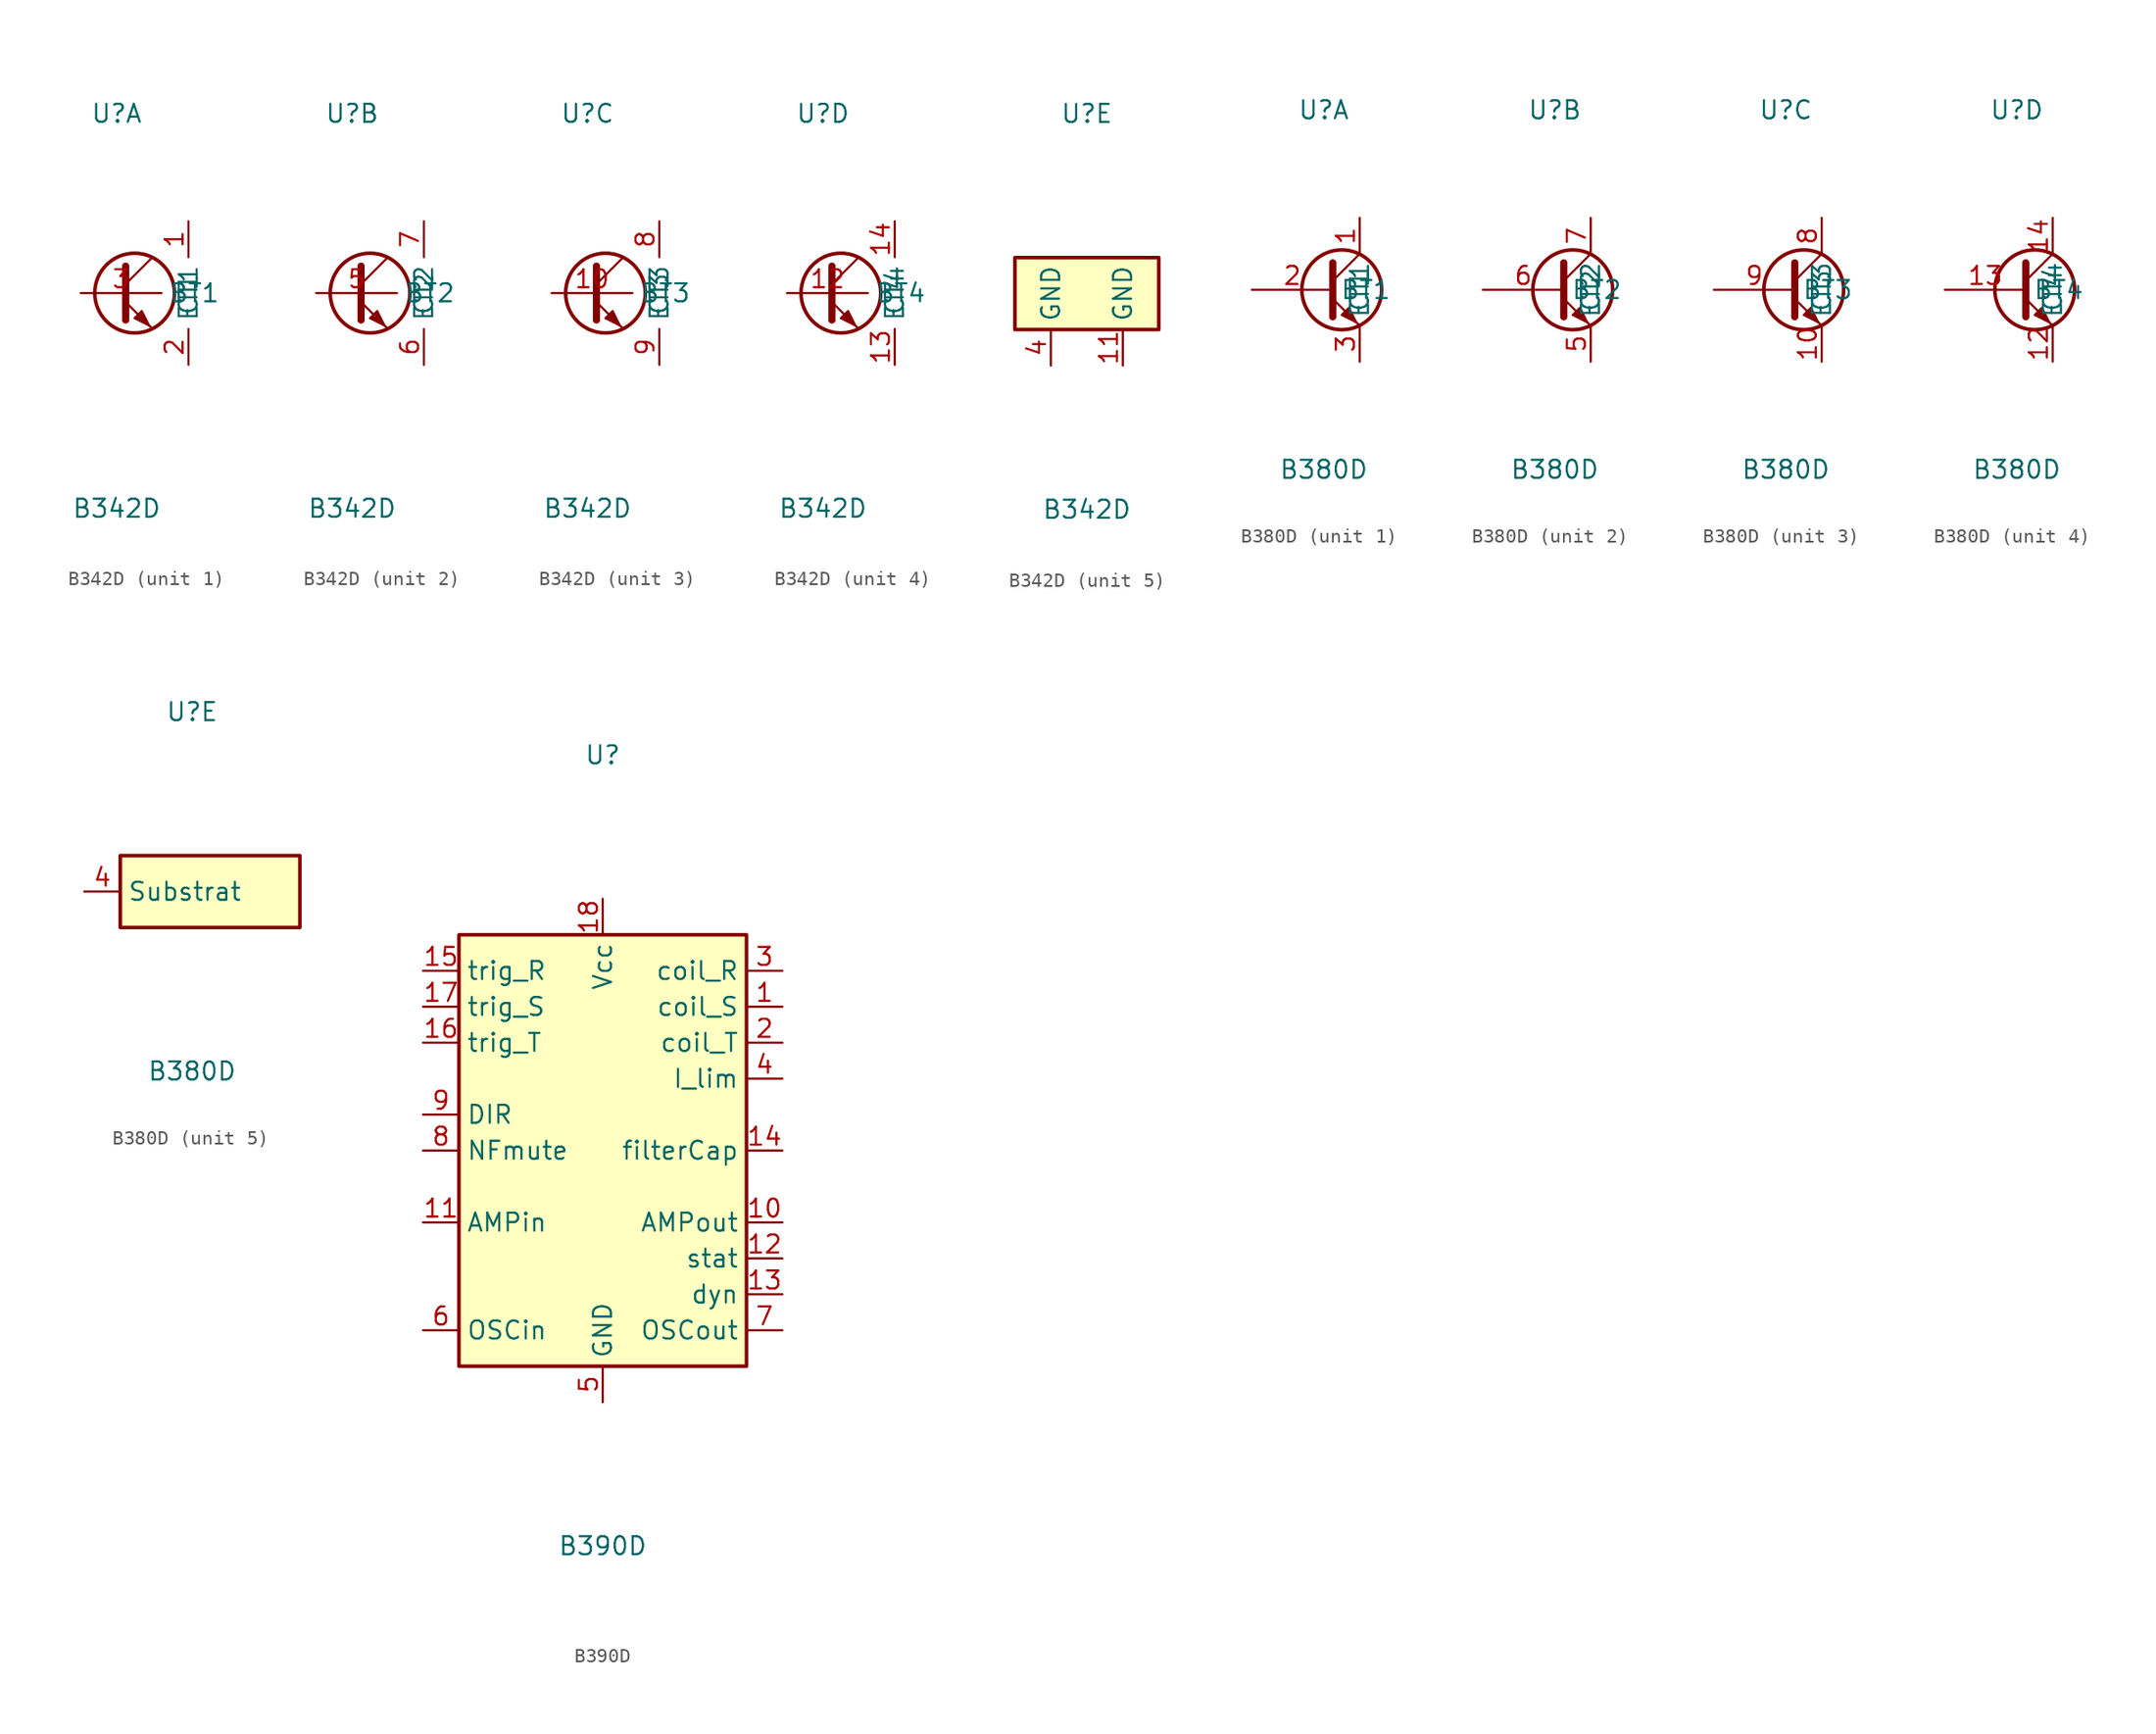
<source format=kicad_sym>
(kicad_symbol_lib
  (version 20241209)
  (generator "kicad_symbol_editor")
  (generator_version "9.0")
  (symbol "B342D"
    (property "Reference" "U"
      (at 0 12.7 0)
      (effects (font (size 1.27 1.27))))
    (property "Value" "B342D"
      (at 0 -15.24 0)
      (effects (font (size 1.27 1.27))))
    (symbol "B342D_1_1"
      (polyline (pts (xy 0.635 1.905) (xy 0.635 -1.905) (xy 0.635 -1.905)) (stroke (width 0.508) (type default)) (fill (type none)))
      (polyline (pts (xy 0.635 0.635) (xy 2.54 2.54)) (stroke (width 0) (type default)) (fill (type none)))
      (polyline (pts (xy 0.635 -0.635) (xy 2.54 -2.54) (xy 2.54 -2.54)) (stroke (width 0) (type default)) (fill (type none)))
      (circle (center 1.27 0) (radius 2.819) (stroke (width 0.254) (type default)) (fill (type none)))
      (polyline (pts (xy 1.27 -1.778) (xy 1.778 -1.27) (xy 2.286 -2.286) (xy 1.27 -1.778) (xy 1.27 -1.778)) (stroke (width 0) (type default)) (fill (type outline)))
      (pin input line (at -2.54 0 0) (length 5.715) (name "BT1" (effects (font (size 1.27 1.27)))) (number "3" (effects (font (size 1.27 1.27)))))
      (pin passive line (at 5.08 5.08 270) (length 2.54) (name "CT1" (effects (font (size 1.27 1.27)))) (number "1" (effects (font (size 1.27 1.27)))))
      (pin passive line (at 5.08 -5.08 90) (length 2.54) (name "ET1" (effects (font (size 1.27 1.27)))) (number "2" (effects (font (size 1.27 1.27))))))
    (symbol "B342D_2_1"
      (polyline (pts (xy 0.635 1.905) (xy 0.635 -1.905) (xy 0.635 -1.905)) (stroke (width 0.508) (type default)) (fill (type none)))
      (polyline (pts (xy 0.635 0.635) (xy 2.54 2.54)) (stroke (width 0) (type default)) (fill (type none)))
      (polyline (pts (xy 0.635 -0.635) (xy 2.54 -2.54) (xy 2.54 -2.54)) (stroke (width 0) (type default)) (fill (type none)))
      (circle (center 1.27 0) (radius 2.819) (stroke (width 0.254) (type default)) (fill (type none)))
      (polyline (pts (xy 1.27 -1.778) (xy 1.778 -1.27) (xy 2.286 -2.286) (xy 1.27 -1.778) (xy 1.27 -1.778)) (stroke (width 0) (type default)) (fill (type outline)))
      (pin input line (at -2.54 0 0) (length 5.715) (name "BT2" (effects (font (size 1.27 1.27)))) (number "5" (effects (font (size 1.27 1.27)))))
      (pin passive line (at 5.08 5.08 270) (length 2.54) (name "CT2" (effects (font (size 1.27 1.27)))) (number "7" (effects (font (size 1.27 1.27)))))
      (pin passive line (at 5.08 -5.08 90) (length 2.54) (name "ET2" (effects (font (size 1.27 1.27)))) (number "6" (effects (font (size 1.27 1.27))))))
    (symbol "B342D_3_1"
      (polyline (pts (xy 0.635 1.905) (xy 0.635 -1.905) (xy 0.635 -1.905)) (stroke (width 0.508) (type default)) (fill (type none)))
      (polyline (pts (xy 0.635 0.635) (xy 2.54 2.54)) (stroke (width 0) (type default)) (fill (type none)))
      (polyline (pts (xy 0.635 -0.635) (xy 2.54 -2.54) (xy 2.54 -2.54)) (stroke (width 0) (type default)) (fill (type none)))
      (circle (center 1.27 0) (radius 2.819) (stroke (width 0.254) (type default)) (fill (type none)))
      (polyline (pts (xy 1.27 -1.778) (xy 1.778 -1.27) (xy 2.286 -2.286) (xy 1.27 -1.778) (xy 1.27 -1.778)) (stroke (width 0) (type default)) (fill (type outline)))
      (pin input line (at -2.54 0 0) (length 5.715) (name "BT3" (effects (font (size 1.27 1.27)))) (number "10" (effects (font (size 1.27 1.27)))))
      (pin passive line (at 5.08 5.08 270) (length 2.54) (name "CT3" (effects (font (size 1.27 1.27)))) (number "8" (effects (font (size 1.27 1.27)))))
      (pin passive line (at 5.08 -5.08 90) (length 2.54) (name "ET3" (effects (font (size 1.27 1.27)))) (number "9" (effects (font (size 1.27 1.27))))))
    (symbol "B342D_4_1"
      (polyline (pts (xy 0.635 1.905) (xy 0.635 -1.905) (xy 0.635 -1.905)) (stroke (width 0.508) (type default)) (fill (type none)))
      (polyline (pts (xy 0.635 0.635) (xy 2.54 2.54)) (stroke (width 0) (type default)) (fill (type none)))
      (polyline (pts (xy 0.635 -0.635) (xy 2.54 -2.54) (xy 2.54 -2.54)) (stroke (width 0) (type default)) (fill (type none)))
      (circle (center 1.27 0) (radius 2.819) (stroke (width 0.254) (type default)) (fill (type none)))
      (polyline (pts (xy 1.27 -1.778) (xy 1.778 -1.27) (xy 2.286 -2.286) (xy 1.27 -1.778) (xy 1.27 -1.778)) (stroke (width 0) (type default)) (fill (type outline)))
      (pin input line (at -2.54 0 0) (length 5.715) (name "BT4" (effects (font (size 1.27 1.27)))) (number "12" (effects (font (size 1.27 1.27)))))
      (pin passive line (at 5.08 5.08 270) (length 2.54) (name "CT4" (effects (font (size 1.27 1.27)))) (number "14" (effects (font (size 1.27 1.27)))))
      (pin passive line (at 5.08 -5.08 90) (length 2.54) (name "ET4" (effects (font (size 1.27 1.27)))) (number "13" (effects (font (size 1.27 1.27))))))
    (symbol "B342D_5_1"
      (rectangle (start -5.08 2.54) (end 5.08 -2.54) (stroke (width 0.254) (type default)) (fill (type background)))
      (pin power_in line (at -2.54 -5.08 90) (length 2.54) (name "GND" (effects (font (size 1.27 1.27)))) (number "4" (effects (font (size 1.27 1.27)))))
      (pin power_in line (at 2.54 -5.08 90) (length 2.54) (name "GND" (effects (font (size 1.27 1.27)))) (number "11" (effects (font (size 1.27 1.27)))))))
  (symbol "B380D"
    (property "Reference" "U"
      (at 0 12.7 0)
      (effects (font (size 1.27 1.27))))
    (property "Value" "B380D"
      (at 0 -12.7 0)
      (effects (font (size 1.27 1.27))))
    (symbol "B380D_1_1"
      (polyline (pts (xy 0.635 1.905) (xy 0.635 -1.905) (xy 0.635 -1.905)) (stroke (width 0.508) (type default)) (fill (type none)))
      (polyline (pts (xy 0.635 0.635) (xy 2.54 2.54)) (stroke (width 0) (type default)) (fill (type none)))
      (polyline (pts (xy 0.635 -0.635) (xy 2.54 -2.54) (xy 2.54 -2.54)) (stroke (width 0) (type default)) (fill (type none)))
      (circle (center 1.27 0) (radius 2.819) (stroke (width 0.254) (type default)) (fill (type none)))
      (polyline (pts (xy 1.27 -1.778) (xy 1.778 -1.27) (xy 2.286 -2.286) (xy 1.27 -1.778) (xy 1.27 -1.778)) (stroke (width 0) (type default)) (fill (type outline)))
      (pin input line (at -5.08 0 0) (length 5.715) (name "BT1" (effects (font (size 1.27 1.27)))) (number "2" (effects (font (size 1.27 1.27)))))
      (pin passive line (at 2.54 5.08 270) (length 2.54) (name "CT1" (effects (font (size 1.27 1.27)))) (number "1" (effects (font (size 1.27 1.27)))))
      (pin passive line (at 2.54 -5.08 90) (length 2.54) (name "ET1" (effects (font (size 1.27 1.27)))) (number "3" (effects (font (size 1.27 1.27))))))
    (symbol "B380D_2_1"
      (polyline (pts (xy 0.635 1.905) (xy 0.635 -1.905) (xy 0.635 -1.905)) (stroke (width 0.508) (type default)) (fill (type none)))
      (polyline (pts (xy 0.635 0.635) (xy 2.54 2.54)) (stroke (width 0) (type default)) (fill (type none)))
      (polyline (pts (xy 0.635 -0.635) (xy 2.54 -2.54) (xy 2.54 -2.54)) (stroke (width 0) (type default)) (fill (type none)))
      (circle (center 1.27 0) (radius 2.819) (stroke (width 0.254) (type default)) (fill (type none)))
      (polyline (pts (xy 1.27 -1.778) (xy 1.778 -1.27) (xy 2.286 -2.286) (xy 1.27 -1.778) (xy 1.27 -1.778)) (stroke (width 0) (type default)) (fill (type outline)))
      (pin input line (at -5.08 0 0) (length 5.715) (name "BT2" (effects (font (size 1.27 1.27)))) (number "6" (effects (font (size 1.27 1.27)))))
      (pin passive line (at 2.54 5.08 270) (length 2.54) (name "CT2" (effects (font (size 1.27 1.27)))) (number "7" (effects (font (size 1.27 1.27)))))
      (pin passive line (at 2.54 -5.08 90) (length 2.54) (name "ET2" (effects (font (size 1.27 1.27)))) (number "5" (effects (font (size 1.27 1.27))))))
    (symbol "B380D_3_1"
      (polyline (pts (xy 0.635 1.905) (xy 0.635 -1.905) (xy 0.635 -1.905)) (stroke (width 0.508) (type default)) (fill (type none)))
      (polyline (pts (xy 0.635 0.635) (xy 2.54 2.54)) (stroke (width 0) (type default)) (fill (type none)))
      (polyline (pts (xy 0.635 -0.635) (xy 2.54 -2.54) (xy 2.54 -2.54)) (stroke (width 0) (type default)) (fill (type none)))
      (circle (center 1.27 0) (radius 2.819) (stroke (width 0.254) (type default)) (fill (type none)))
      (polyline (pts (xy 1.27 -1.778) (xy 1.778 -1.27) (xy 2.286 -2.286) (xy 1.27 -1.778) (xy 1.27 -1.778)) (stroke (width 0) (type default)) (fill (type outline)))
      (pin input line (at -5.08 0 0) (length 5.715) (name "BT3" (effects (font (size 1.27 1.27)))) (number "9" (effects (font (size 1.27 1.27)))))
      (pin passive line (at 2.54 5.08 270) (length 2.54) (name "CT3" (effects (font (size 1.27 1.27)))) (number "8" (effects (font (size 1.27 1.27)))))
      (pin passive line (at 2.54 -5.08 90) (length 2.54) (name "ET3" (effects (font (size 1.27 1.27)))) (number "10" (effects (font (size 1.27 1.27))))))
    (symbol "B380D_4_1"
      (polyline (pts (xy 0.635 1.905) (xy 0.635 -1.905) (xy 0.635 -1.905)) (stroke (width 0.508) (type default)) (fill (type none)))
      (polyline (pts (xy 0.635 0.635) (xy 2.54 2.54)) (stroke (width 0) (type default)) (fill (type none)))
      (polyline (pts (xy 0.635 -0.635) (xy 2.54 -2.54) (xy 2.54 -2.54)) (stroke (width 0) (type default)) (fill (type none)))
      (circle (center 1.27 0) (radius 2.819) (stroke (width 0.254) (type default)) (fill (type none)))
      (polyline (pts (xy 1.27 -1.778) (xy 1.778 -1.27) (xy 2.286 -2.286) (xy 1.27 -1.778) (xy 1.27 -1.778)) (stroke (width 0) (type default)) (fill (type outline)))
      (pin input line (at -5.08 0 0) (length 5.715) (name "BT4" (effects (font (size 1.27 1.27)))) (number "13" (effects (font (size 1.27 1.27)))))
      (pin passive line (at 2.54 5.08 270) (length 2.54) (name "CT4" (effects (font (size 1.27 1.27)))) (number "14" (effects (font (size 1.27 1.27)))))
      (pin passive line (at 2.54 -5.08 90) (length 2.54) (name "ET4" (effects (font (size 1.27 1.27)))) (number "12" (effects (font (size 1.27 1.27))))))
    (symbol "B380D_5_1"
      (rectangle (start -5.08 2.54) (end 7.62 -2.54) (stroke (width 0.254) (type default)) (fill (type background)))
      (pin passive line (at -7.62 0 0) (length 2.54) (name "Substrat" (effects (font (size 1.27 1.27)))) (number "4" (effects (font (size 1.27 1.27)))))
      (pin no_connect line (at 7.62 0 180) (length 2.54) (hide yes) (name "~" (effects (font (size 1.27 1.27)))) (number "11" (effects (font (size 1.27 1.27)))))))
  (symbol "B390D"
    (property "Reference" "U"
      (at 0 27.94 0)
      (effects (font (size 1.27 1.27))))
    (property "Value" "B390D"
      (at 0 -27.94 0)
      (effects (font (size 1.27 1.27))))
    (symbol "B390D_1_1"
      (rectangle (start -10.16 15.24) (end 10.16 -15.24) (stroke (width 0.254) (type default)) (fill (type background)))
      (pin input line (at -12.7 12.7 0) (length 2.54) (name "trig_R" (effects (font (size 1.27 1.27)))) (number "15" (effects (font (size 1.27 1.27)))))
      (pin input line (at -12.7 10.16 0) (length 2.54) (name "trig_S" (effects (font (size 1.27 1.27)))) (number "17" (effects (font (size 1.27 1.27)))))
      (pin input line (at -12.7 7.62 0) (length 2.54) (name "trig_T" (effects (font (size 1.27 1.27)))) (number "16" (effects (font (size 1.27 1.27)))))
      (pin input line (at -12.7 2.54 0) (length 2.54) (name "DIR" (effects (font (size 1.27 1.27)))) (number "9" (effects (font (size 1.27 1.27)))))
      (pin bidirectional line (at -12.7 0 0) (length 2.54) (name "NFmute" (effects (font (size 1.27 1.27)))) (number "8" (effects (font (size 1.27 1.27)))))
      (pin input line (at -12.7 -5.08 0) (length 2.54) (name "AMPin" (effects (font (size 1.27 1.27)))) (number "11" (effects (font (size 1.27 1.27)))))
      (pin input line (at -12.7 -12.7 0) (length 2.54) (name "OSCin" (effects (font (size 1.27 1.27)))) (number "6" (effects (font (size 1.27 1.27)))))
      (pin power_in line (at 0 17.78 270) (length 2.54) (name "Vcc" (effects (font (size 1.27 1.27)))) (number "18" (effects (font (size 1.27 1.27)))))
      (pin power_in line (at 0 -17.78 90) (length 2.54) (name "GND" (effects (font (size 1.27 1.27)))) (number "5" (effects (font (size 1.27 1.27)))))
      (pin output line (at 12.7 12.7 180) (length 2.54) (name "coil_R" (effects (font (size 1.27 1.27)))) (number "3" (effects (font (size 1.27 1.27)))))
      (pin output line (at 12.7 10.16 180) (length 2.54) (name "coil_S" (effects (font (size 1.27 1.27)))) (number "1" (effects (font (size 1.27 1.27)))))
      (pin output line (at 12.7 7.62 180) (length 2.54) (name "coil_T" (effects (font (size 1.27 1.27)))) (number "2" (effects (font (size 1.27 1.27)))))
      (pin passive line (at 12.7 5.08 180) (length 2.54) (name "I_lim" (effects (font (size 1.27 1.27)))) (number "4" (effects (font (size 1.27 1.27)))))
      (pin passive line (at 12.7 0 180) (length 2.54) (name "filterCap" (effects (font (size 1.27 1.27)))) (number "14" (effects (font (size 1.27 1.27)))))
      (pin output line (at 12.7 -5.08 180) (length 2.54) (name "AMPout" (effects (font (size 1.27 1.27)))) (number "10" (effects (font (size 1.27 1.27)))))
      (pin output line (at 12.7 -7.62 180) (length 2.54) (name "stat" (effects (font (size 1.27 1.27)))) (number "12" (effects (font (size 1.27 1.27)))))
      (pin output line (at 12.7 -10.16 180) (length 2.54) (name "dyn" (effects (font (size 1.27 1.27)))) (number "13" (effects (font (size 1.27 1.27)))))
      (pin output line (at 12.7 -12.7 180) (length 2.54) (name "OSCout" (effects (font (size 1.27 1.27)))) (number "7" (effects (font (size 1.27 1.27))))))))
</source>
